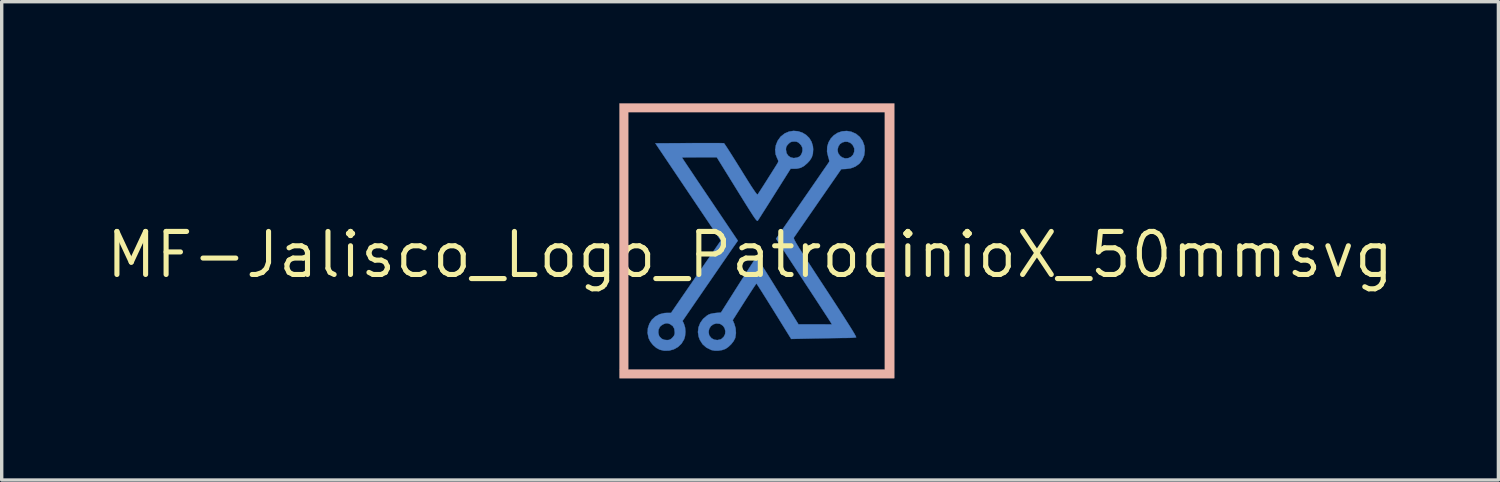
<source format=kicad_pcb>
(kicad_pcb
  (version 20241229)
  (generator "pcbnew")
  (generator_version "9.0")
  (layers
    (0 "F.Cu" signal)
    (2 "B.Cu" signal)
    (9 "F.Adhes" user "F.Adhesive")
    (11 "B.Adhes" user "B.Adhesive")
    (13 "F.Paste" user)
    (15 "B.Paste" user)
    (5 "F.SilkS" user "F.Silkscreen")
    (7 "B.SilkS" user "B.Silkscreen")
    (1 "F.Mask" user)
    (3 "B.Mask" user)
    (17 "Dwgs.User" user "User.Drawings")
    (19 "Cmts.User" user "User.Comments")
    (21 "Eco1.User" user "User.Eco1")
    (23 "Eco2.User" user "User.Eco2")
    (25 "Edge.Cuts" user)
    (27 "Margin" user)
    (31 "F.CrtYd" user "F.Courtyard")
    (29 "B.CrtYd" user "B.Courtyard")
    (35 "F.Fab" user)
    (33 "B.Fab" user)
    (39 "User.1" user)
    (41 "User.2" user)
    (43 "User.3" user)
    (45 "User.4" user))
  (footprint "MF-Jalisco_Logo_PatrocinioX_50mmsvg"
    (layer "F.Cu")
    (at 19.088 4.471)
    (property "Reference" "MF-Jalisco_Logo_PatrocinioX_50mmsvg" (at 0 0 0) (layer "F.SilkS") (effects (font (size 1.27 1.27) (thickness 0.15))))
    (attr through_hole)
    (fp_poly (pts (xy 1.415 -3.647) (xy 1.54 -3.607) (xy 1.652 -3.54) (xy 1.746 -3.449) (xy 1.815 -3.335) (xy 1.855 -3.202) (xy 1.862 -3.114) (xy 1.854 -2.985) (xy 1.822 -2.88) (xy 1.763 -2.784) (xy 1.694 -2.709) (xy 1.594 -2.622) (xy 1.496 -2.569) (xy 1.386 -2.544) (xy 1.299 -2.54) (xy 1.196 -2.54) (xy 0.726 -1.794) (xy 0.624 -1.632) (xy 0.529 -1.481) (xy 0.442 -1.344) (xy 0.366 -1.225) (xy 0.305 -1.128) (xy 0.259 -1.057) (xy 0.233 -1.016) (xy 0.228 -1.009) (xy 0.22 -1.003) (xy 0.208 -1.006) (xy 0.192 -1.019) (xy 0.168 -1.047) (xy 0.135 -1.091) (xy 0.092 -1.154) (xy 0.037 -1.24) (xy -0.033 -1.349) (xy -0.119 -1.486) (xy -0.223 -1.653) (xy -0.347 -1.853) (xy -0.391 -1.924) (xy -0.982 -2.879) (xy -1.496 -2.879) (xy -1.639 -2.878) (xy -1.766 -2.878) (xy -1.873 -2.877) (xy -1.953 -2.875) (xy -2 -2.874) (xy -2.011 -2.873) (xy -1.999 -2.854) (xy -1.966 -2.804) (xy -1.913 -2.724) (xy -1.842 -2.618) (xy -1.755 -2.488) (xy -1.653 -2.336) (xy -1.54 -2.167) (xy -1.416 -1.983) (xy -1.283 -1.786) (xy -1.186 -1.642) (xy -0.361 -0.417) (xy -0.474 -0.256) (xy -0.507 -0.209) (xy -0.561 -0.131) (xy -0.634 -0.025) (xy -0.723 0.105) (xy -0.826 0.254) (xy -0.94 0.42) (xy -1.063 0.599) (xy -1.192 0.786) (xy -1.29 0.928) (xy -1.993 1.951) (xy -1.955 2.029) (xy -1.919 2.142) (xy -1.908 2.272) (xy -1.92 2.402) (xy -1.948 2.495) (xy -2.024 2.621) (xy -2.128 2.72) (xy -2.253 2.79) (xy -2.392 2.827) (xy -2.539 2.829) (xy -2.666 2.8) (xy -2.768 2.745) (xy -2.865 2.661) (xy -2.945 2.558) (xy -2.995 2.456) (xy -3.024 2.307) (xy -3.023 2.298) (xy -2.709 2.298) (xy -2.687 2.386) (xy -2.664 2.422) (xy -2.605 2.479) (xy -2.533 2.509) (xy -2.448 2.517) (xy -2.387 2.511) (xy -2.335 2.484) (xy -2.294 2.447) (xy -2.247 2.391) (xy -2.226 2.339) (xy -2.223 2.287) (xy -2.237 2.18) (xy -2.281 2.102) (xy -2.36 2.046) (xy -2.427 2.022) (xy -2.491 2.023) (xy -2.565 2.05) (xy -2.634 2.096) (xy -2.663 2.128) (xy -2.701 2.207) (xy -2.709 2.298) (xy -3.023 2.298) (xy -3.015 2.164) (xy -2.971 2.032) (xy -2.897 1.915) (xy -2.795 1.821) (xy -2.671 1.754) (xy -2.528 1.719) (xy -2.462 1.715) (xy -2.332 1.714) (xy -1.681 0.767) (xy -1.555 0.584) (xy -1.434 0.409) (xy -1.321 0.244) (xy -1.217 0.094) (xy -1.127 -0.038) (xy -1.051 -0.148) (xy -0.993 -0.232) (xy -0.955 -0.286) (xy -0.946 -0.3) (xy -0.862 -0.419) (xy -1.828 -1.855) (xy -2.794 -3.291) (xy -1.794 -3.297) (xy -1.592 -3.298) (xy -1.402 -3.298) (xy -1.23 -3.298) (xy -1.078 -3.298) (xy -0.953 -3.298) (xy -0.856 -3.297) (xy -0.794 -3.295) (xy -0.77 -3.294) (xy -0.755 -3.274) (xy -0.719 -3.222) (xy -0.666 -3.142) (xy -0.599 -3.037) (xy -0.519 -2.911) (xy -0.429 -2.768) (xy -0.331 -2.611) (xy -0.274 -2.52) (xy -0.155 -2.328) (xy -0.056 -2.169) (xy 0.025 -2.041) (xy 0.09 -1.943) (xy 0.14 -1.87) (xy 0.176 -1.82) (xy 0.202 -1.791) (xy 0.218 -1.781) (xy 0.224 -1.783) (xy 0.241 -1.806) (xy 0.276 -1.86) (xy 0.327 -1.938) (xy 0.389 -2.034) (xy 0.458 -2.142) (xy 0.53 -2.256) (xy 0.602 -2.37) (xy 0.67 -2.478) (xy 0.731 -2.574) (xy 0.78 -2.653) (xy 0.813 -2.708) (xy 0.825 -2.729) (xy 0.834 -2.767) (xy 0.819 -2.815) (xy 0.802 -2.845) (xy 0.755 -2.966) (xy 0.742 -3.099) (xy 0.743 -3.105) (xy 1.058 -3.105) (xy 1.076 -3.004) (xy 1.124 -2.927) (xy 1.197 -2.876) (xy 1.287 -2.855) (xy 1.387 -2.869) (xy 1.455 -2.897) (xy 1.496 -2.937) (xy 1.529 -3.001) (xy 1.547 -3.069) (xy 1.545 -3.155) (xy 1.514 -3.225) (xy 1.473 -3.272) (xy 1.42 -3.319) (xy 1.369 -3.34) (xy 1.302 -3.344) (xy 1.233 -3.339) (xy 1.182 -3.318) (xy 1.13 -3.272) (xy 1.084 -3.218) (xy 1.063 -3.167) (xy 1.058 -3.105) (xy 0.743 -3.105) (xy 0.762 -3.235) (xy 0.814 -3.365) (xy 0.896 -3.479) (xy 0.909 -3.494) (xy 1.025 -3.584) (xy 1.152 -3.638) (xy 1.284 -3.658) (xy 1.415 -3.647)) (stroke (width 0.01) (type solid)) (fill yes) (layer "B.Cu"))
    (fp_poly (pts (xy 2.987 -3.633) (xy 3.125 -3.573) (xy 3.237 -3.48) (xy 3.321 -3.362) (xy 3.372 -3.223) (xy 3.386 -3.089) (xy 3.368 -2.936) (xy 3.313 -2.802) (xy 3.227 -2.691) (xy 3.112 -2.608) (xy 2.972 -2.554) (xy 2.829 -2.534) (xy 2.691 -2.529) (xy 2.009 -1.545) (xy 1.883 -1.362) (xy 1.762 -1.188) (xy 1.651 -1.027) (xy 1.551 -0.882) (xy 1.464 -0.757) (xy 1.393 -0.654) (xy 1.34 -0.577) (xy 1.307 -0.529) (xy 1.297 -0.515) (xy 1.293 -0.505) (xy 1.292 -0.492) (xy 1.296 -0.473) (xy 1.306 -0.446) (xy 1.324 -0.41) (xy 1.352 -0.36) (xy 1.39 -0.296) (xy 1.44 -0.214) (xy 1.504 -0.113) (xy 1.583 0.01) (xy 1.678 0.158) (xy 1.791 0.332) (xy 1.923 0.535) (xy 2.076 0.769) (xy 2.212 0.976) (xy 2.403 1.268) (xy 2.571 1.526) (xy 2.716 1.75) (xy 2.838 1.942) (xy 2.939 2.101) (xy 3.018 2.228) (xy 3.076 2.324) (xy 3.113 2.391) (xy 3.13 2.427) (xy 3.131 2.435) (xy 3.101 2.441) (xy 3.038 2.446) (xy 2.949 2.451) (xy 2.844 2.453) (xy 2.817 2.453) (xy 2.72 2.454) (xy 2.59 2.456) (xy 2.434 2.458) (xy 2.261 2.461) (xy 2.08 2.465) (xy 1.899 2.468) (xy 1.872 2.469) (xy 1.214 2.483) (xy 0.708 1.666) (xy 0.603 1.498) (xy 0.506 1.342) (xy 0.417 1.201) (xy 0.34 1.078) (xy 0.276 0.978) (xy 0.228 0.904) (xy 0.198 0.86) (xy 0.188 0.848) (xy 0.174 0.865) (xy 0.14 0.913) (xy 0.09 0.988) (xy 0.025 1.087) (xy -0.05 1.203) (xy -0.134 1.334) (xy -0.168 1.387) (xy -0.512 1.928) (xy -0.465 2.038) (xy -0.427 2.169) (xy -0.417 2.31) (xy -0.436 2.443) (xy -0.443 2.464) (xy -0.487 2.549) (xy -0.557 2.638) (xy -0.641 2.718) (xy -0.727 2.777) (xy -0.729 2.777) (xy -0.822 2.81) (xy -0.934 2.828) (xy -1.046 2.828) (xy -1.14 2.81) (xy -1.145 2.808) (xy -1.289 2.737) (xy -1.4 2.64) (xy -1.48 2.515) (xy -1.516 2.42) (xy -1.538 2.281) (xy -1.537 2.268) (xy -1.224 2.268) (xy -1.21 2.361) (xy -1.196 2.392) (xy -1.138 2.462) (xy -1.056 2.505) (xy -0.964 2.517) (xy -0.871 2.496) (xy -0.845 2.483) (xy -0.776 2.42) (xy -0.737 2.341) (xy -0.729 2.254) (xy -0.749 2.169) (xy -0.797 2.096) (xy -0.871 2.045) (xy -0.902 2.034) (xy -1 2.026) (xy -1.087 2.052) (xy -1.157 2.106) (xy -1.205 2.18) (xy -1.224 2.268) (xy -1.537 2.268) (xy -1.522 2.141) (xy -1.47 2.009) (xy -1.385 1.89) (xy -1.272 1.794) (xy -1.22 1.763) (xy -1.164 1.743) (xy -1.084 1.726) (xy -1.006 1.716) (xy -0.859 1.704) (xy -0.34 0.884) (xy -0.233 0.716) (xy -0.134 0.561) (xy -0.044 0.42) (xy 0.035 0.297) (xy 0.1 0.197) (xy 0.15 0.123) (xy 0.18 0.077) (xy 0.191 0.064) (xy 0.203 0.082) (xy 0.236 0.132) (xy 0.287 0.212) (xy 0.354 0.319) (xy 0.435 0.448) (xy 0.529 0.597) (xy 0.632 0.762) (xy 0.743 0.941) (xy 0.815 1.058) (xy 1.429 2.052) (xy 1.923 2.052) (xy 2.416 2.053) (xy 2.368 1.974) (xy 2.348 1.943) (xy 2.307 1.879) (xy 2.247 1.787) (xy 2.17 1.669) (xy 2.078 1.528) (xy 1.973 1.367) (xy 1.857 1.19) (xy 1.733 1) (xy 1.601 0.799) (xy 1.543 0.709) (xy 0.766 -0.476) (xy 0.804 -0.529) (xy 0.835 -0.574) (xy 0.886 -0.647) (xy 0.954 -0.745) (xy 1.036 -0.864) (xy 1.131 -1.001) (xy 1.235 -1.152) (xy 1.347 -1.313) (xy 1.463 -1.481) (xy 1.581 -1.652) (xy 1.699 -1.822) (xy 1.814 -1.989) (xy 1.924 -2.148) (xy 2.026 -2.296) (xy 2.117 -2.429) (xy 2.196 -2.543) (xy 2.26 -2.635) (xy 2.306 -2.702) (xy 2.331 -2.74) (xy 2.336 -2.746) (xy 2.337 -2.779) (xy 2.325 -2.837) (xy 2.305 -2.9) (xy 2.272 -3.046) (xy 2.274 -3.086) (xy 2.582 -3.086) (xy 2.602 -2.995) (xy 2.662 -2.917) (xy 2.717 -2.876) (xy 2.803 -2.846) (xy 2.897 -2.853) (xy 2.978 -2.89) (xy 3.04 -2.954) (xy 3.074 -3.039) (xy 3.077 -3.13) (xy 3.072 -3.154) (xy 3.027 -3.244) (xy 2.962 -3.304) (xy 2.884 -3.335) (xy 2.802 -3.339) (xy 2.722 -3.317) (xy 2.654 -3.269) (xy 2.605 -3.197) (xy 2.583 -3.103) (xy 2.582 -3.086) (xy 2.274 -3.086) (xy 2.277 -3.186) (xy 2.315 -3.317) (xy 2.382 -3.432) (xy 2.474 -3.529) (xy 2.587 -3.602) (xy 2.715 -3.645) (xy 2.855 -3.656) (xy 2.987 -3.633)) (stroke (width 0.01) (type solid)) (fill yes) (layer "B.Cu"))
    (fp_poly (pts (xy 1.415 -3.647) (xy 1.54 -3.607) (xy 1.652 -3.54) (xy 1.746 -3.449) (xy 1.815 -3.335) (xy 1.855 -3.202) (xy 1.862 -3.114) (xy 1.854 -2.985) (xy 1.822 -2.88) (xy 1.763 -2.784) (xy 1.694 -2.709) (xy 1.594 -2.622) (xy 1.496 -2.569) (xy 1.386 -2.544) (xy 1.299 -2.54) (xy 1.196 -2.54) (xy 0.726 -1.794) (xy 0.624 -1.632) (xy 0.529 -1.481) (xy 0.442 -1.344) (xy 0.366 -1.225) (xy 0.305 -1.128) (xy 0.259 -1.057) (xy 0.233 -1.016) (xy 0.228 -1.009) (xy 0.22 -1.003) (xy 0.208 -1.006) (xy 0.192 -1.019) (xy 0.168 -1.047) (xy 0.135 -1.091) (xy 0.092 -1.154) (xy 0.037 -1.24) (xy -0.033 -1.349) (xy -0.119 -1.486) (xy -0.223 -1.653) (xy -0.347 -1.853) (xy -0.391 -1.924) (xy -0.982 -2.879) (xy -1.496 -2.879) (xy -1.639 -2.878) (xy -1.766 -2.878) (xy -1.873 -2.877) (xy -1.953 -2.875) (xy -2 -2.874) (xy -2.011 -2.873) (xy -1.999 -2.854) (xy -1.966 -2.804) (xy -1.913 -2.724) (xy -1.842 -2.618) (xy -1.755 -2.488) (xy -1.653 -2.336) (xy -1.54 -2.167) (xy -1.416 -1.983) (xy -1.283 -1.786) (xy -1.186 -1.642) (xy -0.361 -0.417) (xy -0.474 -0.256) (xy -0.507 -0.209) (xy -0.561 -0.131) (xy -0.634 -0.025) (xy -0.723 0.105) (xy -0.826 0.254) (xy -0.94 0.42) (xy -1.063 0.599) (xy -1.192 0.786) (xy -1.29 0.928) (xy -1.993 1.951) (xy -1.955 2.029) (xy -1.919 2.142) (xy -1.908 2.272) (xy -1.92 2.402) (xy -1.948 2.495) (xy -2.024 2.621) (xy -2.128 2.72) (xy -2.253 2.79) (xy -2.392 2.827) (xy -2.539 2.829) (xy -2.666 2.8) (xy -2.768 2.745) (xy -2.865 2.661) (xy -2.945 2.558) (xy -2.995 2.456) (xy -3.024 2.307) (xy -3.023 2.298) (xy -2.709 2.298) (xy -2.687 2.386) (xy -2.664 2.422) (xy -2.605 2.479) (xy -2.533 2.509) (xy -2.448 2.517) (xy -2.387 2.511) (xy -2.335 2.484) (xy -2.294 2.447) (xy -2.247 2.391) (xy -2.226 2.339) (xy -2.223 2.287) (xy -2.237 2.18) (xy -2.281 2.102) (xy -2.36 2.046) (xy -2.427 2.022) (xy -2.491 2.023) (xy -2.565 2.05) (xy -2.634 2.096) (xy -2.663 2.128) (xy -2.701 2.207) (xy -2.709 2.298) (xy -3.023 2.298) (xy -3.015 2.164) (xy -2.971 2.032) (xy -2.897 1.915) (xy -2.795 1.821) (xy -2.671 1.754) (xy -2.528 1.719) (xy -2.462 1.715) (xy -2.332 1.714) (xy -1.681 0.767) (xy -1.555 0.584) (xy -1.434 0.409) (xy -1.321 0.244) (xy -1.217 0.094) (xy -1.127 -0.038) (xy -1.051 -0.148) (xy -0.993 -0.232) (xy -0.955 -0.286) (xy -0.946 -0.3) (xy -0.862 -0.419) (xy -1.828 -1.855) (xy -2.794 -3.291) (xy -1.794 -3.297) (xy -1.592 -3.298) (xy -1.402 -3.298) (xy -1.23 -3.298) (xy -1.078 -3.298) (xy -0.953 -3.298) (xy -0.856 -3.297) (xy -0.794 -3.295) (xy -0.77 -3.294) (xy -0.755 -3.274) (xy -0.719 -3.222) (xy -0.666 -3.142) (xy -0.599 -3.037) (xy -0.519 -2.911) (xy -0.429 -2.768) (xy -0.331 -2.611) (xy -0.274 -2.52) (xy -0.155 -2.328) (xy -0.056 -2.169) (xy 0.025 -2.041) (xy 0.09 -1.943) (xy 0.14 -1.87) (xy 0.176 -1.82) (xy 0.202 -1.791) (xy 0.218 -1.781) (xy 0.224 -1.783) (xy 0.241 -1.806) (xy 0.276 -1.86) (xy 0.327 -1.938) (xy 0.389 -2.034) (xy 0.458 -2.142) (xy 0.53 -2.256) (xy 0.602 -2.37) (xy 0.67 -2.478) (xy 0.731 -2.574) (xy 0.78 -2.653) (xy 0.813 -2.708) (xy 0.825 -2.729) (xy 0.834 -2.767) (xy 0.819 -2.815) (xy 0.802 -2.845) (xy 0.755 -2.966) (xy 0.742 -3.099) (xy 0.743 -3.105) (xy 1.058 -3.105) (xy 1.076 -3.004) (xy 1.124 -2.927) (xy 1.197 -2.876) (xy 1.287 -2.855) (xy 1.387 -2.869) (xy 1.455 -2.897) (xy 1.496 -2.937) (xy 1.529 -3.001) (xy 1.547 -3.069) (xy 1.545 -3.155) (xy 1.514 -3.225) (xy 1.473 -3.272) (xy 1.42 -3.319) (xy 1.369 -3.34) (xy 1.302 -3.344) (xy 1.233 -3.339) (xy 1.182 -3.318) (xy 1.13 -3.272) (xy 1.084 -3.218) (xy 1.063 -3.167) (xy 1.058 -3.105) (xy 0.743 -3.105) (xy 0.762 -3.235) (xy 0.814 -3.365) (xy 0.896 -3.479) (xy 0.909 -3.494) (xy 1.025 -3.584) (xy 1.152 -3.638) (xy 1.284 -3.658) (xy 1.415 -3.647)) (stroke (width 0.01) (type solid)) (fill yes) (layer "B.Mask"))
    (fp_poly (pts (xy 2.987 -3.633) (xy 3.125 -3.573) (xy 3.237 -3.48) (xy 3.321 -3.362) (xy 3.372 -3.223) (xy 3.386 -3.089) (xy 3.368 -2.936) (xy 3.313 -2.802) (xy 3.227 -2.691) (xy 3.112 -2.608) (xy 2.972 -2.554) (xy 2.829 -2.534) (xy 2.691 -2.529) (xy 2.009 -1.545) (xy 1.883 -1.362) (xy 1.762 -1.188) (xy 1.651 -1.027) (xy 1.551 -0.882) (xy 1.464 -0.757) (xy 1.393 -0.654) (xy 1.34 -0.577) (xy 1.307 -0.529) (xy 1.297 -0.515) (xy 1.293 -0.505) (xy 1.292 -0.492) (xy 1.296 -0.473) (xy 1.306 -0.446) (xy 1.324 -0.41) (xy 1.352 -0.36) (xy 1.39 -0.296) (xy 1.44 -0.214) (xy 1.504 -0.113) (xy 1.583 0.01) (xy 1.678 0.158) (xy 1.791 0.332) (xy 1.923 0.535) (xy 2.076 0.769) (xy 2.212 0.976) (xy 2.403 1.268) (xy 2.571 1.526) (xy 2.716 1.75) (xy 2.838 1.942) (xy 2.939 2.101) (xy 3.018 2.228) (xy 3.076 2.324) (xy 3.113 2.391) (xy 3.13 2.427) (xy 3.131 2.435) (xy 3.101 2.441) (xy 3.038 2.446) (xy 2.949 2.451) (xy 2.844 2.453) (xy 2.817 2.453) (xy 2.72 2.454) (xy 2.59 2.456) (xy 2.434 2.458) (xy 2.261 2.461) (xy 2.08 2.465) (xy 1.899 2.468) (xy 1.872 2.469) (xy 1.214 2.483) (xy 0.708 1.666) (xy 0.603 1.498) (xy 0.506 1.342) (xy 0.417 1.201) (xy 0.34 1.078) (xy 0.276 0.978) (xy 0.228 0.904) (xy 0.198 0.86) (xy 0.188 0.848) (xy 0.174 0.865) (xy 0.14 0.913) (xy 0.09 0.988) (xy 0.025 1.087) (xy -0.05 1.203) (xy -0.134 1.334) (xy -0.168 1.387) (xy -0.512 1.928) (xy -0.465 2.038) (xy -0.427 2.169) (xy -0.417 2.31) (xy -0.436 2.443) (xy -0.443 2.464) (xy -0.487 2.549) (xy -0.557 2.638) (xy -0.641 2.718) (xy -0.727 2.777) (xy -0.729 2.777) (xy -0.822 2.81) (xy -0.934 2.828) (xy -1.046 2.828) (xy -1.14 2.81) (xy -1.145 2.808) (xy -1.289 2.737) (xy -1.4 2.64) (xy -1.48 2.515) (xy -1.516 2.42) (xy -1.538 2.281) (xy -1.537 2.268) (xy -1.224 2.268) (xy -1.21 2.361) (xy -1.196 2.392) (xy -1.138 2.462) (xy -1.056 2.505) (xy -0.964 2.517) (xy -0.871 2.496) (xy -0.845 2.483) (xy -0.776 2.42) (xy -0.737 2.341) (xy -0.729 2.254) (xy -0.749 2.169) (xy -0.797 2.096) (xy -0.871 2.045) (xy -0.902 2.034) (xy -1 2.026) (xy -1.087 2.052) (xy -1.157 2.106) (xy -1.205 2.18) (xy -1.224 2.268) (xy -1.537 2.268) (xy -1.522 2.141) (xy -1.47 2.009) (xy -1.385 1.89) (xy -1.272 1.794) (xy -1.22 1.763) (xy -1.164 1.743) (xy -1.084 1.726) (xy -1.006 1.716) (xy -0.859 1.704) (xy -0.34 0.884) (xy -0.233 0.716) (xy -0.134 0.561) (xy -0.044 0.42) (xy 0.035 0.297) (xy 0.1 0.197) (xy 0.15 0.123) (xy 0.18 0.077) (xy 0.191 0.064) (xy 0.203 0.082) (xy 0.236 0.132) (xy 0.287 0.212) (xy 0.354 0.319) (xy 0.435 0.448) (xy 0.529 0.597) (xy 0.632 0.762) (xy 0.743 0.941) (xy 0.815 1.058) (xy 1.429 2.052) (xy 1.923 2.052) (xy 2.416 2.053) (xy 2.368 1.974) (xy 2.348 1.943) (xy 2.307 1.879) (xy 2.247 1.787) (xy 2.17 1.669) (xy 2.078 1.528) (xy 1.973 1.367) (xy 1.857 1.19) (xy 1.733 1) (xy 1.601 0.799) (xy 1.543 0.709) (xy 0.766 -0.476) (xy 0.804 -0.529) (xy 0.835 -0.574) (xy 0.886 -0.647) (xy 0.954 -0.745) (xy 1.036 -0.864) (xy 1.131 -1.001) (xy 1.235 -1.152) (xy 1.347 -1.313) (xy 1.463 -1.481) (xy 1.581 -1.652) (xy 1.699 -1.822) (xy 1.814 -1.989) (xy 1.924 -2.148) (xy 2.026 -2.296) (xy 2.117 -2.429) (xy 2.196 -2.543) (xy 2.26 -2.635) (xy 2.306 -2.702) (xy 2.331 -2.74) (xy 2.336 -2.746) (xy 2.337 -2.779) (xy 2.325 -2.837) (xy 2.305 -2.9) (xy 2.272 -3.046) (xy 2.274 -3.086) (xy 2.582 -3.086) (xy 2.602 -2.995) (xy 2.662 -2.917) (xy 2.717 -2.876) (xy 2.803 -2.846) (xy 2.897 -2.853) (xy 2.978 -2.89) (xy 3.04 -2.954) (xy 3.074 -3.039) (xy 3.077 -3.13) (xy 3.072 -3.154) (xy 3.027 -3.244) (xy 2.962 -3.304) (xy 2.884 -3.335) (xy 2.802 -3.339) (xy 2.722 -3.317) (xy 2.654 -3.269) (xy 2.605 -3.197) (xy 2.583 -3.103) (xy 2.582 -3.086) (xy 2.274 -3.086) (xy 2.277 -3.186) (xy 2.315 -3.317) (xy 2.382 -3.432) (xy 2.474 -3.529) (xy 2.587 -3.602) (xy 2.715 -3.645) (xy 2.855 -3.656) (xy 2.987 -3.633)) (stroke (width 0.01) (type solid)) (fill yes) (layer "B.Mask"))
    (fp_poly (pts (xy 4.255 3.641) (xy -3.852 3.641) (xy -3.852 -4.212) (xy -3.598 -4.212) (xy -3.598 3.387) (xy 3.979 3.387) (xy 3.979 -4.212) (xy -3.598 -4.212) (xy -3.852 -4.212) (xy -3.852 -4.466) (xy 4.255 -4.466) (xy 4.255 3.641)) (stroke (width 0.01) (type solid)) (fill yes) (layer "B.SilkS")))
  (gr_rect
    (start -3 -3)
    (end 41.175 11.117)
    (stroke (width 0.1) (type default))
    (fill no)
    (layer "Edge.Cuts")))
</source>
